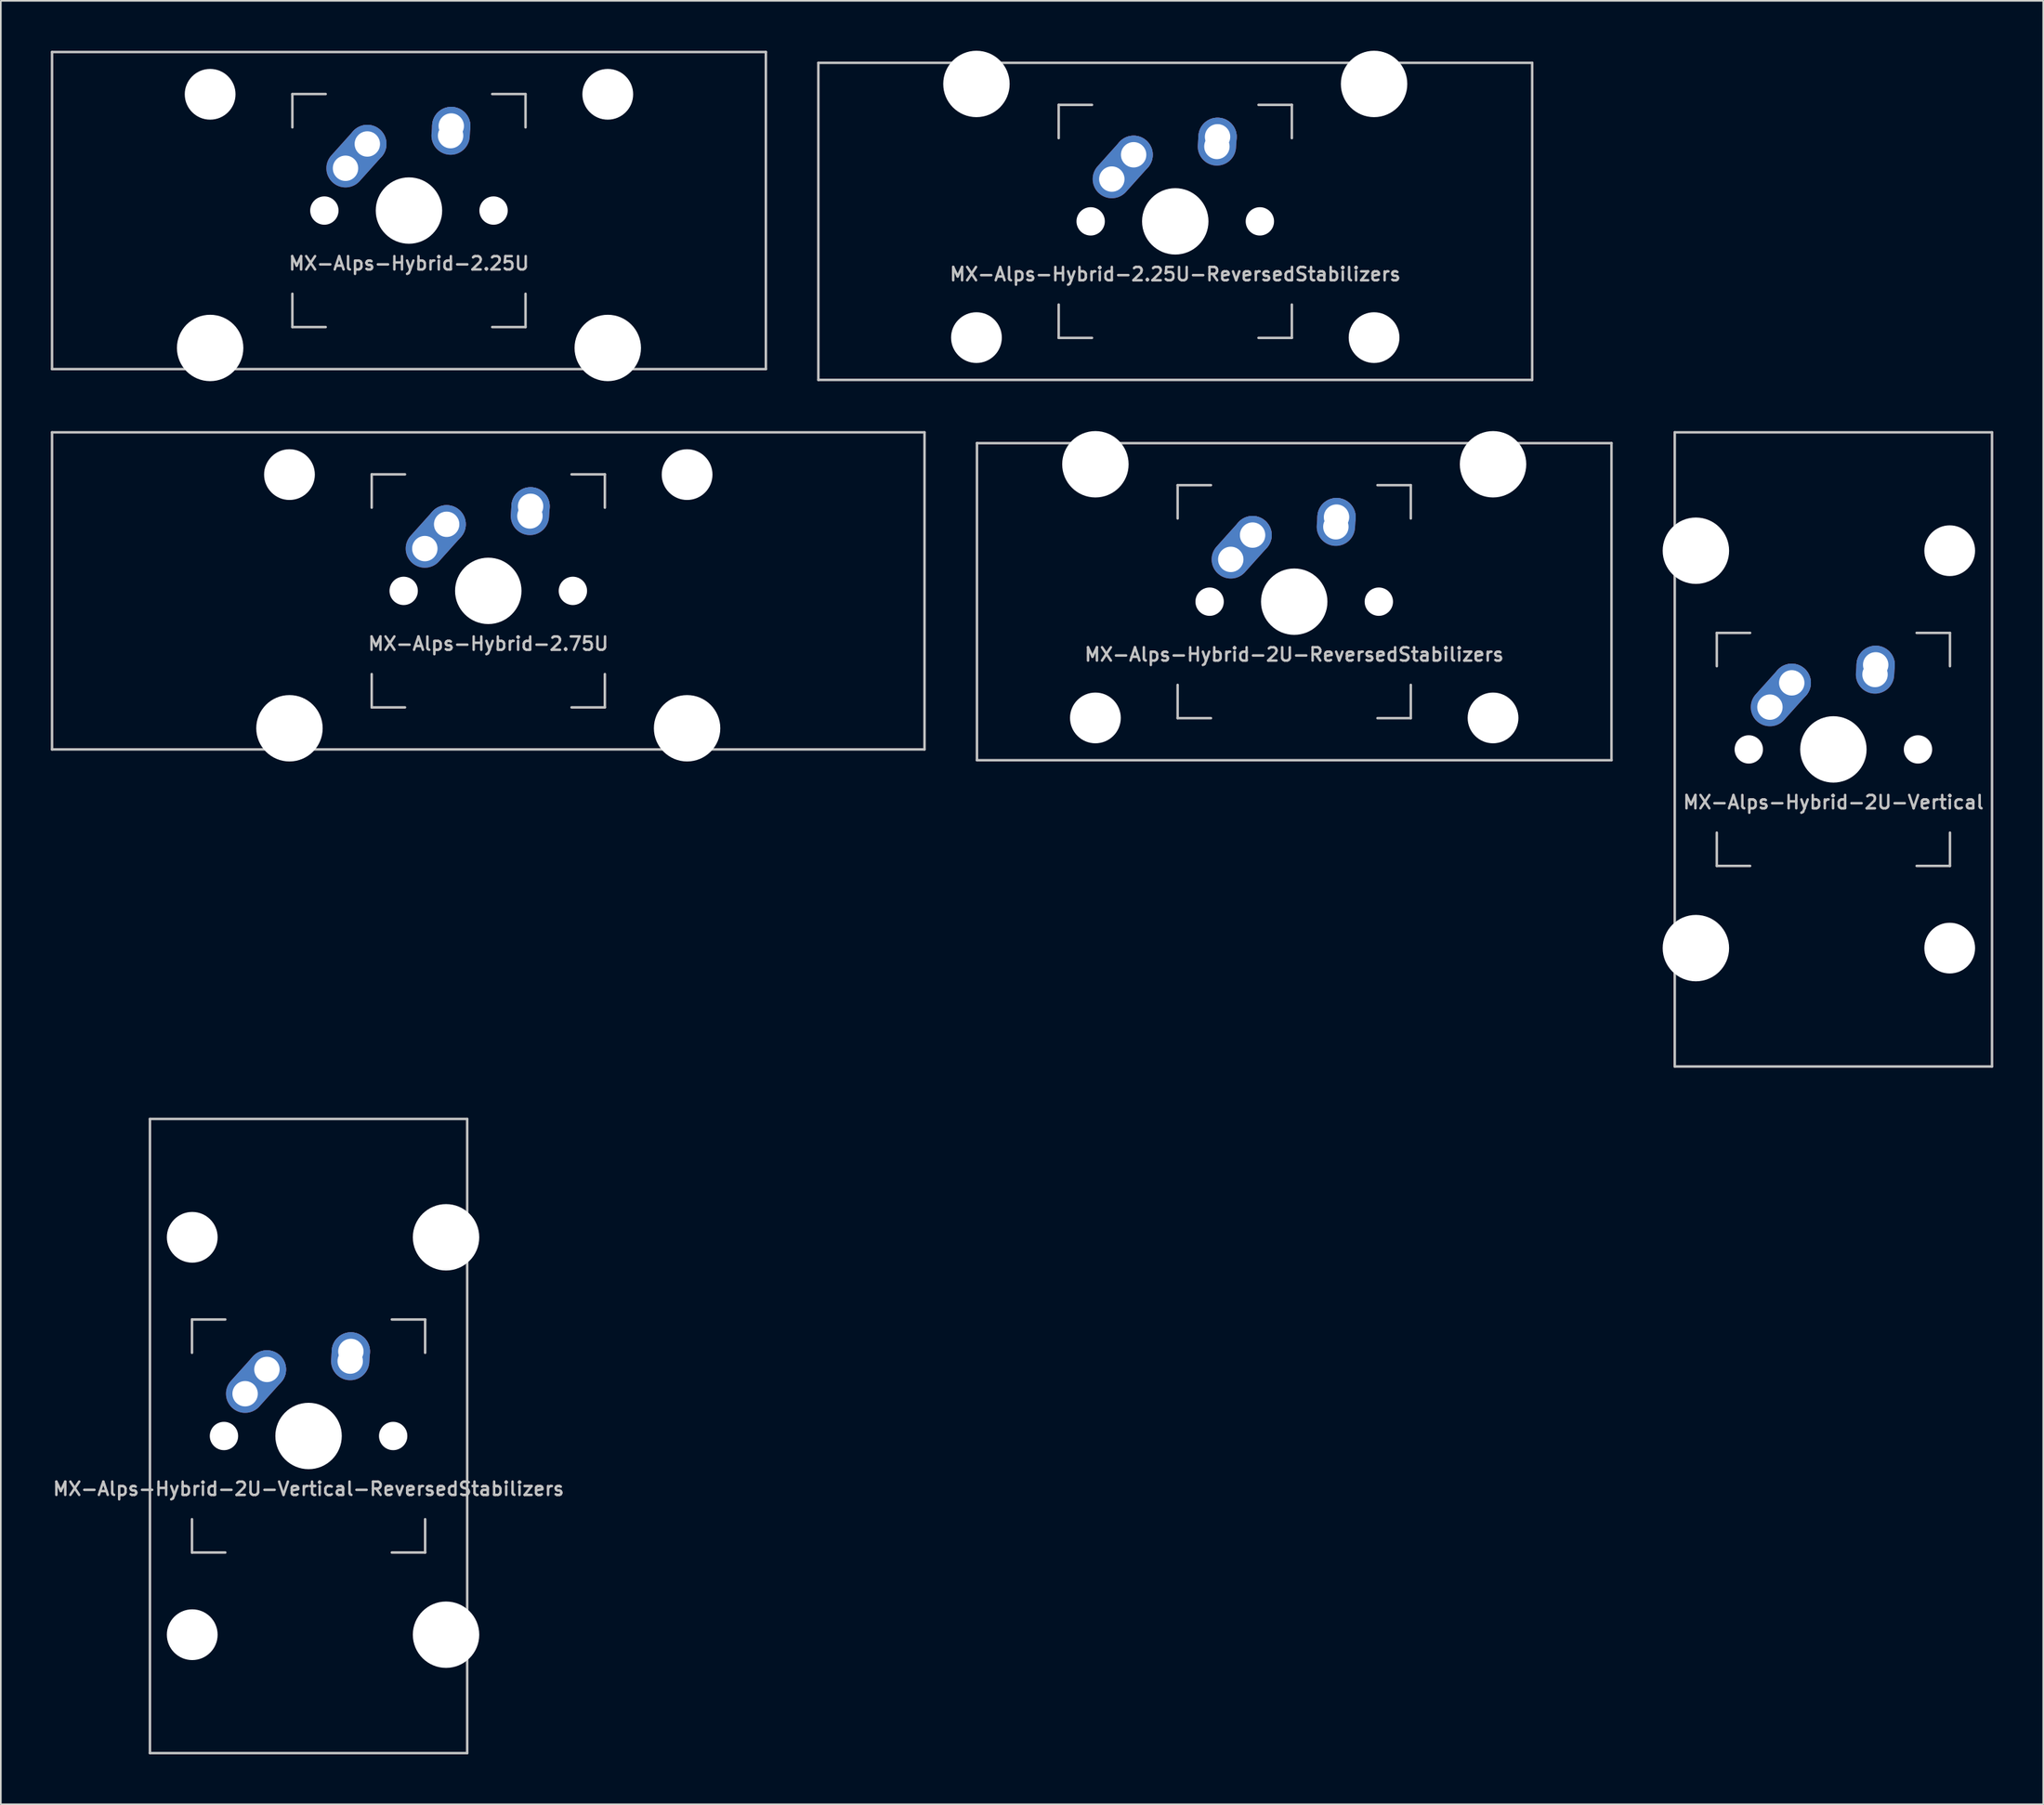
<source format=kicad_pcb>
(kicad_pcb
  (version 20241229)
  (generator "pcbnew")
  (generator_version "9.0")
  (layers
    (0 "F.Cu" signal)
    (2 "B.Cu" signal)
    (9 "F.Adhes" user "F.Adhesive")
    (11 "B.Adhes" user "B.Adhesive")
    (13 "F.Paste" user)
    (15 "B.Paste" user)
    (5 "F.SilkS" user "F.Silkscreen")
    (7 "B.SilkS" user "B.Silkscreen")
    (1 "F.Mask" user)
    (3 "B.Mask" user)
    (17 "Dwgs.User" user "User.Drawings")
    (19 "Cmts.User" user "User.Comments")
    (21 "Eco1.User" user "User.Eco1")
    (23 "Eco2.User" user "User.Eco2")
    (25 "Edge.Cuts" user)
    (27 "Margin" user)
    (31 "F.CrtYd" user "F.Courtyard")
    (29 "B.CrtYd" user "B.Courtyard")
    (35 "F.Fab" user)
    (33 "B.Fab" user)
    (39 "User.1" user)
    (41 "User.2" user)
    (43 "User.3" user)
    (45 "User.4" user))
  (footprint "MX-Alps-Hybrid-2U-Vertical-ReversedStabilizers"
    (layer "F.Cu")
    (at 15.478 83.224)
    (property "Reference" "MX-Alps-Hybrid-2U-Vertical-ReversedStabilizers" (at 0 3.175 0) (layer "Dwgs.User") (effects (font (size 0.8 0.8) (thickness 0.15))))
    (attr through_hole)
    (fp_line (start -9.525 19.05) (end -9.525 -19.05) (stroke (width 0.15) (type solid)) (layer "Dwgs.User"))
    (fp_line (start -7 -7) (end -7 -5) (stroke (width 0.15) (type solid)) (layer "Dwgs.User"))
    (fp_line (start -7 5) (end -7 7) (stroke (width 0.15) (type solid)) (layer "Dwgs.User"))
    (fp_line (start -7 7) (end -5 7) (stroke (width 0.15) (type solid)) (layer "Dwgs.User"))
    (fp_line (start -5 -7) (end -7 -7) (stroke (width 0.15) (type solid)) (layer "Dwgs.User"))
    (fp_line (start 5 -7) (end 7 -7) (stroke (width 0.15) (type solid)) (layer "Dwgs.User"))
    (fp_line (start 5 7) (end 7 7) (stroke (width 0.15) (type solid)) (layer "Dwgs.User"))
    (fp_line (start 7 -7) (end 7 -5) (stroke (width 0.15) (type solid)) (layer "Dwgs.User"))
    (fp_line (start 7 7) (end 7 5) (stroke (width 0.15) (type solid)) (layer "Dwgs.User"))
    (fp_line (start 9.525 -19.05) (end -9.525 -19.05) (stroke (width 0.15) (type solid)) (layer "Dwgs.User"))
    (fp_line (start 9.525 19.05) (end -9.525 19.05) (stroke (width 0.15) (type solid)) (layer "Dwgs.User"))
    (fp_line (start 9.525 19.05) (end 9.525 -19.05) (stroke (width 0.15) (type solid)) (layer "Dwgs.User"))
    (pad "" np_thru_hole circle (at -6.985 -11.938) (size 3.048 3.048) (drill 3.048) (layers "*.Cu" "*.Mask"))
    (pad "" np_thru_hole circle (at -6.985 11.938) (size 3.048 3.048) (drill 3.048) (layers "*.Cu" "*.Mask"))
    (pad "" np_thru_hole circle (at -5.08 0 48.099) (size 1.702 1.702) (drill 1.702) (layers "*.Cu" "*.Mask"))
    (pad "" np_thru_hole circle (at 0 0) (size 3.988 3.988) (drill 3.988) (layers "*.Cu" "*.Mask"))
    (pad "" np_thru_hole circle (at 5.08 0 48.099) (size 1.702 1.702) (drill 1.702) (layers "*.Cu" "*.Mask"))
    (pad "" np_thru_hole circle (at 8.255 -11.938) (size 3.988 3.988) (drill 3.988) (layers "*.Cu" "*.Mask"))
    (pad "" np_thru_hole circle (at 8.255 11.938) (size 3.988 3.988) (drill 3.988) (layers "*.Cu" "*.Mask"))
    (pad "1" thru_hole oval (at -3.81 -2.54 48.099) (size 4.262 2.3) (drill 1.524 (offset 0.981 0)) (layers "*.Cu" "B.Mask"))
    (pad "1" thru_hole circle (at -2.5 -4) (size 2.3 2.3) (drill 1.524) (layers "*.Cu" "B.Mask"))
    (pad "2" thru_hole oval (at 2.5 -4.5 86.054) (size 2.881 2.3) (drill 1.524 (offset 0.291 0)) (layers "*.Cu" "B.Mask"))
    (pad "2" thru_hole circle (at 2.54 -5.08) (size 2.3 2.3) (drill 1.524) (layers "*.Cu" "B.Mask")))
  (footprint "MX-Alps-Hybrid-2U-Vertical"
    (layer "F.Cu")
    (at 107.036 41.974)
    (property "Reference" "MX-Alps-Hybrid-2U-Vertical" (at 0 3.175 0) (layer "Dwgs.User") (effects (font (size 0.8 0.8) (thickness 0.15))))
    (attr through_hole)
    (fp_line (start -9.525 19.05) (end -9.525 -19.05) (stroke (width 0.15) (type solid)) (layer "Dwgs.User"))
    (fp_line (start -7 -7) (end -7 -5) (stroke (width 0.15) (type solid)) (layer "Dwgs.User"))
    (fp_line (start -7 5) (end -7 7) (stroke (width 0.15) (type solid)) (layer "Dwgs.User"))
    (fp_line (start -7 7) (end -5 7) (stroke (width 0.15) (type solid)) (layer "Dwgs.User"))
    (fp_line (start -5 -7) (end -7 -7) (stroke (width 0.15) (type solid)) (layer "Dwgs.User"))
    (fp_line (start 5 -7) (end 7 -7) (stroke (width 0.15) (type solid)) (layer "Dwgs.User"))
    (fp_line (start 5 7) (end 7 7) (stroke (width 0.15) (type solid)) (layer "Dwgs.User"))
    (fp_line (start 7 -7) (end 7 -5) (stroke (width 0.15) (type solid)) (layer "Dwgs.User"))
    (fp_line (start 7 7) (end 7 5) (stroke (width 0.15) (type solid)) (layer "Dwgs.User"))
    (fp_line (start 9.525 -19.05) (end -9.525 -19.05) (stroke (width 0.15) (type solid)) (layer "Dwgs.User"))
    (fp_line (start 9.525 19.05) (end -9.525 19.05) (stroke (width 0.15) (type solid)) (layer "Dwgs.User"))
    (fp_line (start 9.525 19.05) (end 9.525 -19.05) (stroke (width 0.15) (type solid)) (layer "Dwgs.User"))
    (pad "" np_thru_hole circle (at -8.255 -11.938) (size 3.988 3.988) (drill 3.988) (layers "*.Cu" "*.Mask"))
    (pad "" np_thru_hole circle (at -8.255 11.938) (size 3.988 3.988) (drill 3.988) (layers "*.Cu" "*.Mask"))
    (pad "" np_thru_hole circle (at -5.08 0 48.099) (size 1.702 1.702) (drill 1.702) (layers "*.Cu" "*.Mask"))
    (pad "" np_thru_hole circle (at 0 0) (size 3.988 3.988) (drill 3.988) (layers "*.Cu" "*.Mask"))
    (pad "" np_thru_hole circle (at 5.08 0 48.099) (size 1.702 1.702) (drill 1.702) (layers "*.Cu" "*.Mask"))
    (pad "" np_thru_hole circle (at 6.985 -11.938) (size 3.048 3.048) (drill 3.048) (layers "*.Cu" "*.Mask"))
    (pad "" np_thru_hole circle (at 6.985 11.938) (size 3.048 3.048) (drill 3.048) (layers "*.Cu" "*.Mask"))
    (pad "1" thru_hole oval (at -3.81 -2.54 48.099) (size 4.262 2.3) (drill 1.524 (offset 0.981 0)) (layers "*.Cu" "*.Mask"))
    (pad "1" thru_hole circle (at -2.5 -4) (size 2.3 2.3) (drill 1.524) (layers "*.Cu" "*.Mask"))
    (pad "2" thru_hole oval (at 2.5 -4.5 86.054) (size 2.881 2.3) (drill 1.524 (offset 0.291 0)) (layers "*.Cu" "*.Mask"))
    (pad "2" thru_hole circle (at 2.54 -5.08) (size 2.3 2.3) (drill 1.524) (layers "*.Cu" "*.Mask")))
  (footprint "MX-Alps-Hybrid-2.25U-ReversedStabilizers"
    (layer "F.Cu")
    (at 67.519 10.249)
    (property "Reference" "MX-Alps-Hybrid-2.25U-ReversedStabilizers" (at 0 3.175 0) (layer "Dwgs.User") (effects (font (size 0.8 0.8) (thickness 0.15))))
    (attr through_hole)
    (fp_line (start -21.431 9.525) (end -21.431 -9.525) (stroke (width 0.15) (type solid)) (layer "Dwgs.User"))
    (fp_line (start -7 -7) (end -7 -5) (stroke (width 0.15) (type solid)) (layer "Dwgs.User"))
    (fp_line (start -7 5) (end -7 7) (stroke (width 0.15) (type solid)) (layer "Dwgs.User"))
    (fp_line (start -7 7) (end -5 7) (stroke (width 0.15) (type solid)) (layer "Dwgs.User"))
    (fp_line (start -5 -7) (end -7 -7) (stroke (width 0.15) (type solid)) (layer "Dwgs.User"))
    (fp_line (start 5 -7) (end 7 -7) (stroke (width 0.15) (type solid)) (layer "Dwgs.User"))
    (fp_line (start 5 7) (end 7 7) (stroke (width 0.15) (type solid)) (layer "Dwgs.User"))
    (fp_line (start 7 -7) (end 7 -5) (stroke (width 0.15) (type solid)) (layer "Dwgs.User"))
    (fp_line (start 7 7) (end 7 5) (stroke (width 0.15) (type solid)) (layer "Dwgs.User"))
    (fp_line (start 21.431 -9.525) (end -21.431 -9.525) (stroke (width 0.15) (type solid)) (layer "Dwgs.User"))
    (fp_line (start 21.431 9.525) (end -21.431 9.525) (stroke (width 0.15) (type solid)) (layer "Dwgs.User"))
    (fp_line (start 21.431 9.525) (end 21.431 -9.525) (stroke (width 0.15) (type solid)) (layer "Dwgs.User"))
    (pad "" np_thru_hole circle (at -11.938 -8.255) (size 3.988 3.988) (drill 3.988) (layers "*.Cu" "*.Mask"))
    (pad "" np_thru_hole circle (at -11.938 6.985) (size 3.048 3.048) (drill 3.048) (layers "*.Cu" "*.Mask"))
    (pad "" np_thru_hole circle (at -5.08 0 48.099) (size 1.702 1.702) (drill 1.702) (layers "*.Cu" "*.Mask"))
    (pad "" np_thru_hole circle (at 0 0) (size 3.988 3.988) (drill 3.988) (layers "*.Cu" "*.Mask"))
    (pad "" np_thru_hole circle (at 5.08 0 48.099) (size 1.702 1.702) (drill 1.702) (layers "*.Cu" "*.Mask"))
    (pad "" np_thru_hole circle (at 11.938 -8.255) (size 3.988 3.988) (drill 3.988) (layers "*.Cu" "*.Mask"))
    (pad "" np_thru_hole circle (at 11.938 6.985) (size 3.048 3.048) (drill 3.048) (layers "*.Cu" "*.Mask"))
    (pad "1" thru_hole oval (at -3.81 -2.54 48.099) (size 4.262 2.3) (drill 1.524 (offset 0.981 0)) (layers "*.Cu" "*.Mask"))
    (pad "1" thru_hole circle (at -2.5 -4) (size 2.3 2.3) (drill 1.524) (layers "*.Cu" "*.Mask"))
    (pad "2" thru_hole oval (at 2.5 -4.5 86.054) (size 2.881 2.3) (drill 1.524 (offset 0.291 0)) (layers "*.Cu" "*.Mask"))
    (pad "2" thru_hole circle (at 2.54 -5.08) (size 2.3 2.3) (drill 1.524) (layers "*.Cu" "*.Mask")))
  (footprint "MX-Alps-Hybrid-2.75U"
    (layer "F.Cu")
    (at 26.269 32.449)
    (property "Reference" "MX-Alps-Hybrid-2.75U" (at 0 3.175 0) (layer "Dwgs.User") (effects (font (size 0.8 0.8) (thickness 0.15))))
    (attr through_hole)
    (fp_line (start -26.194 9.525) (end -26.194 -9.525) (stroke (width 0.15) (type solid)) (layer "Dwgs.User"))
    (fp_line (start -7 -7) (end -7 -5) (stroke (width 0.15) (type solid)) (layer "Dwgs.User"))
    (fp_line (start -7 5) (end -7 7) (stroke (width 0.15) (type solid)) (layer "Dwgs.User"))
    (fp_line (start -7 7) (end -5 7) (stroke (width 0.15) (type solid)) (layer "Dwgs.User"))
    (fp_line (start -5 -7) (end -7 -7) (stroke (width 0.15) (type solid)) (layer "Dwgs.User"))
    (fp_line (start 5 -7) (end 7 -7) (stroke (width 0.15) (type solid)) (layer "Dwgs.User"))
    (fp_line (start 5 7) (end 7 7) (stroke (width 0.15) (type solid)) (layer "Dwgs.User"))
    (fp_line (start 7 -7) (end 7 -5) (stroke (width 0.15) (type solid)) (layer "Dwgs.User"))
    (fp_line (start 7 7) (end 7 5) (stroke (width 0.15) (type solid)) (layer "Dwgs.User"))
    (fp_line (start 26.194 -9.525) (end -26.194 -9.525) (stroke (width 0.15) (type solid)) (layer "Dwgs.User"))
    (fp_line (start 26.194 9.525) (end -26.194 9.525) (stroke (width 0.15) (type solid)) (layer "Dwgs.User"))
    (fp_line (start 26.194 9.525) (end 26.194 -9.525) (stroke (width 0.15) (type solid)) (layer "Dwgs.User"))
    (pad "" np_thru_hole circle (at -11.938 -6.985) (size 3.048 3.048) (drill 3.048) (layers "*.Cu" "*.Mask"))
    (pad "" np_thru_hole circle (at -11.938 8.255) (size 3.988 3.988) (drill 3.988) (layers "*.Cu" "*.Mask"))
    (pad "" np_thru_hole circle (at -5.08 0 48.099) (size 1.702 1.702) (drill 1.702) (layers "*.Cu" "*.Mask"))
    (pad "" np_thru_hole circle (at 0 0) (size 3.988 3.988) (drill 3.988) (layers "*.Cu" "*.Mask"))
    (pad "" np_thru_hole circle (at 5.08 0 48.099) (size 1.702 1.702) (drill 1.702) (layers "*.Cu" "*.Mask"))
    (pad "" np_thru_hole circle (at 11.938 -6.985) (size 3.048 3.048) (drill 3.048) (layers "*.Cu" "*.Mask"))
    (pad "" np_thru_hole circle (at 11.938 8.255) (size 3.988 3.988) (drill 3.988) (layers "*.Cu" "*.Mask"))
    (pad "1" thru_hole oval (at -3.81 -2.54 48.099) (size 4.262 2.3) (drill 1.524 (offset 0.981 0)) (layers "*.Cu" "B.Mask"))
    (pad "1" thru_hole circle (at -2.5 -4) (size 2.3 2.3) (drill 1.524) (layers "*.Cu" "B.Mask"))
    (pad "2" thru_hole oval (at 2.5 -4.5 86.054) (size 2.881 2.3) (drill 1.524 (offset 0.291 0)) (layers "*.Cu" "B.Mask"))
    (pad "2" thru_hole circle (at 2.54 -5.08) (size 2.3 2.3) (drill 1.524) (layers "*.Cu" "B.Mask")))
  (footprint "MX-Alps-Hybrid-2U-ReversedStabilizers"
    (layer "F.Cu")
    (at 74.662 33.098)
    (property "Reference" "MX-Alps-Hybrid-2U-ReversedStabilizers" (at 0 3.175 0) (layer "Dwgs.User") (effects (font (size 0.8 0.8) (thickness 0.15))))
    (attr through_hole)
    (fp_line (start -19.05 9.525) (end -19.05 -9.525) (stroke (width 0.15) (type solid)) (layer "Dwgs.User"))
    (fp_line (start -7 -7) (end -7 -5) (stroke (width 0.15) (type solid)) (layer "Dwgs.User"))
    (fp_line (start -7 5) (end -7 7) (stroke (width 0.15) (type solid)) (layer "Dwgs.User"))
    (fp_line (start -7 7) (end -5 7) (stroke (width 0.15) (type solid)) (layer "Dwgs.User"))
    (fp_line (start -5 -7) (end -7 -7) (stroke (width 0.15) (type solid)) (layer "Dwgs.User"))
    (fp_line (start 5 -7) (end 7 -7) (stroke (width 0.15) (type solid)) (layer "Dwgs.User"))
    (fp_line (start 5 7) (end 7 7) (stroke (width 0.15) (type solid)) (layer "Dwgs.User"))
    (fp_line (start 7 -7) (end 7 -5) (stroke (width 0.15) (type solid)) (layer "Dwgs.User"))
    (fp_line (start 7 7) (end 7 5) (stroke (width 0.15) (type solid)) (layer "Dwgs.User"))
    (fp_line (start 19.05 -9.525) (end -19.05 -9.525) (stroke (width 0.15) (type solid)) (layer "Dwgs.User"))
    (fp_line (start 19.05 9.525) (end -19.05 9.525) (stroke (width 0.15) (type solid)) (layer "Dwgs.User"))
    (fp_line (start 19.05 9.525) (end 19.05 -9.525) (stroke (width 0.15) (type solid)) (layer "Dwgs.User"))
    (pad "" np_thru_hole circle (at -11.938 -8.255) (size 3.988 3.988) (drill 3.988) (layers "*.Cu" "*.Mask"))
    (pad "" np_thru_hole circle (at -11.938 6.985) (size 3.048 3.048) (drill 3.048) (layers "*.Cu" "*.Mask"))
    (pad "" np_thru_hole circle (at -5.08 0 48.099) (size 1.702 1.702) (drill 1.702) (layers "*.Cu" "*.Mask"))
    (pad "" np_thru_hole circle (at 0 0) (size 3.988 3.988) (drill 3.988) (layers "*.Cu" "*.Mask"))
    (pad "" np_thru_hole circle (at 5.08 0 48.099) (size 1.702 1.702) (drill 1.702) (layers "*.Cu" "*.Mask"))
    (pad "" np_thru_hole circle (at 11.938 -8.255) (size 3.988 3.988) (drill 3.988) (layers "*.Cu" "*.Mask"))
    (pad "" np_thru_hole circle (at 11.938 6.985) (size 3.048 3.048) (drill 3.048) (layers "*.Cu" "*.Mask"))
    (pad "1" thru_hole oval (at -3.81 -2.54 48.099) (size 4.262 2.3) (drill 1.524 (offset 0.981 0)) (layers "*.Cu" "*.Mask"))
    (pad "1" thru_hole circle (at -2.5 -4) (size 2.3 2.3) (drill 1.524) (layers "*.Cu" "*.Mask"))
    (pad "2" thru_hole oval (at 2.5 -4.5 86.054) (size 2.881 2.3) (drill 1.524 (offset 0.291 0)) (layers "*.Cu" "*.Mask"))
    (pad "2" thru_hole circle (at 2.54 -5.08) (size 2.3 2.3) (drill 1.524) (layers "*.Cu" "*.Mask")))
  (footprint "MX-Alps-Hybrid-2.25U"
    (layer "F.Cu")
    (at 21.506 9.6)
    (property "Reference" "MX-Alps-Hybrid-2.25U" (at 0 3.175 0) (layer "Dwgs.User") (effects (font (size 0.8 0.8) (thickness 0.15))))
    (attr through_hole)
    (fp_line (start -21.431 9.525) (end -21.431 -9.525) (stroke (width 0.15) (type solid)) (layer "Dwgs.User"))
    (fp_line (start -7 -7) (end -7 -5) (stroke (width 0.15) (type solid)) (layer "Dwgs.User"))
    (fp_line (start -7 5) (end -7 7) (stroke (width 0.15) (type solid)) (layer "Dwgs.User"))
    (fp_line (start -7 7) (end -5 7) (stroke (width 0.15) (type solid)) (layer "Dwgs.User"))
    (fp_line (start -5 -7) (end -7 -7) (stroke (width 0.15) (type solid)) (layer "Dwgs.User"))
    (fp_line (start 5 -7) (end 7 -7) (stroke (width 0.15) (type solid)) (layer "Dwgs.User"))
    (fp_line (start 5 7) (end 7 7) (stroke (width 0.15) (type solid)) (layer "Dwgs.User"))
    (fp_line (start 7 -7) (end 7 -5) (stroke (width 0.15) (type solid)) (layer "Dwgs.User"))
    (fp_line (start 7 7) (end 7 5) (stroke (width 0.15) (type solid)) (layer "Dwgs.User"))
    (fp_line (start 21.431 -9.525) (end -21.431 -9.525) (stroke (width 0.15) (type solid)) (layer "Dwgs.User"))
    (fp_line (start 21.431 9.525) (end -21.431 9.525) (stroke (width 0.15) (type solid)) (layer "Dwgs.User"))
    (fp_line (start 21.431 9.525) (end 21.431 -9.525) (stroke (width 0.15) (type solid)) (layer "Dwgs.User"))
    (pad "" np_thru_hole circle (at -11.938 -6.985) (size 3.048 3.048) (drill 3.048) (layers "*.Cu" "*.Mask"))
    (pad "" np_thru_hole circle (at -11.938 8.255) (size 3.988 3.988) (drill 3.988) (layers "*.Cu" "*.Mask"))
    (pad "" np_thru_hole circle (at -5.08 0 48.099) (size 1.702 1.702) (drill 1.702) (layers "*.Cu" "*.Mask"))
    (pad "" np_thru_hole circle (at 0 0) (size 3.988 3.988) (drill 3.988) (layers "*.Cu" "*.Mask"))
    (pad "" np_thru_hole circle (at 5.08 0 48.099) (size 1.702 1.702) (drill 1.702) (layers "*.Cu" "*.Mask"))
    (pad "" np_thru_hole circle (at 11.938 -6.985) (size 3.048 3.048) (drill 3.048) (layers "*.Cu" "*.Mask"))
    (pad "" np_thru_hole circle (at 11.938 8.255) (size 3.988 3.988) (drill 3.988) (layers "*.Cu" "*.Mask"))
    (pad "1" thru_hole oval (at -3.81 -2.54 48.099) (size 4.262 2.3) (drill 1.524 (offset 0.981 0)) (layers "*.Cu" "*.Mask"))
    (pad "1" thru_hole circle (at -2.5 -4) (size 2.3 2.3) (drill 1.524) (layers "*.Cu" "*.Mask"))
    (pad "2" thru_hole oval (at 2.5 -4.5 86.054) (size 2.881 2.3) (drill 1.524 (offset 0.291 0)) (layers "*.Cu" "*.Mask"))
    (pad "2" thru_hole circle (at 2.54 -5.08) (size 2.3 2.3) (drill 1.524) (layers "*.Cu" "*.Mask")))
  (gr_rect
    (start -3 -3)
    (end 119.636 105.349)
    (stroke (width 0.1) (type default))
    (fill no)
    (layer "Edge.Cuts")))
</source>
